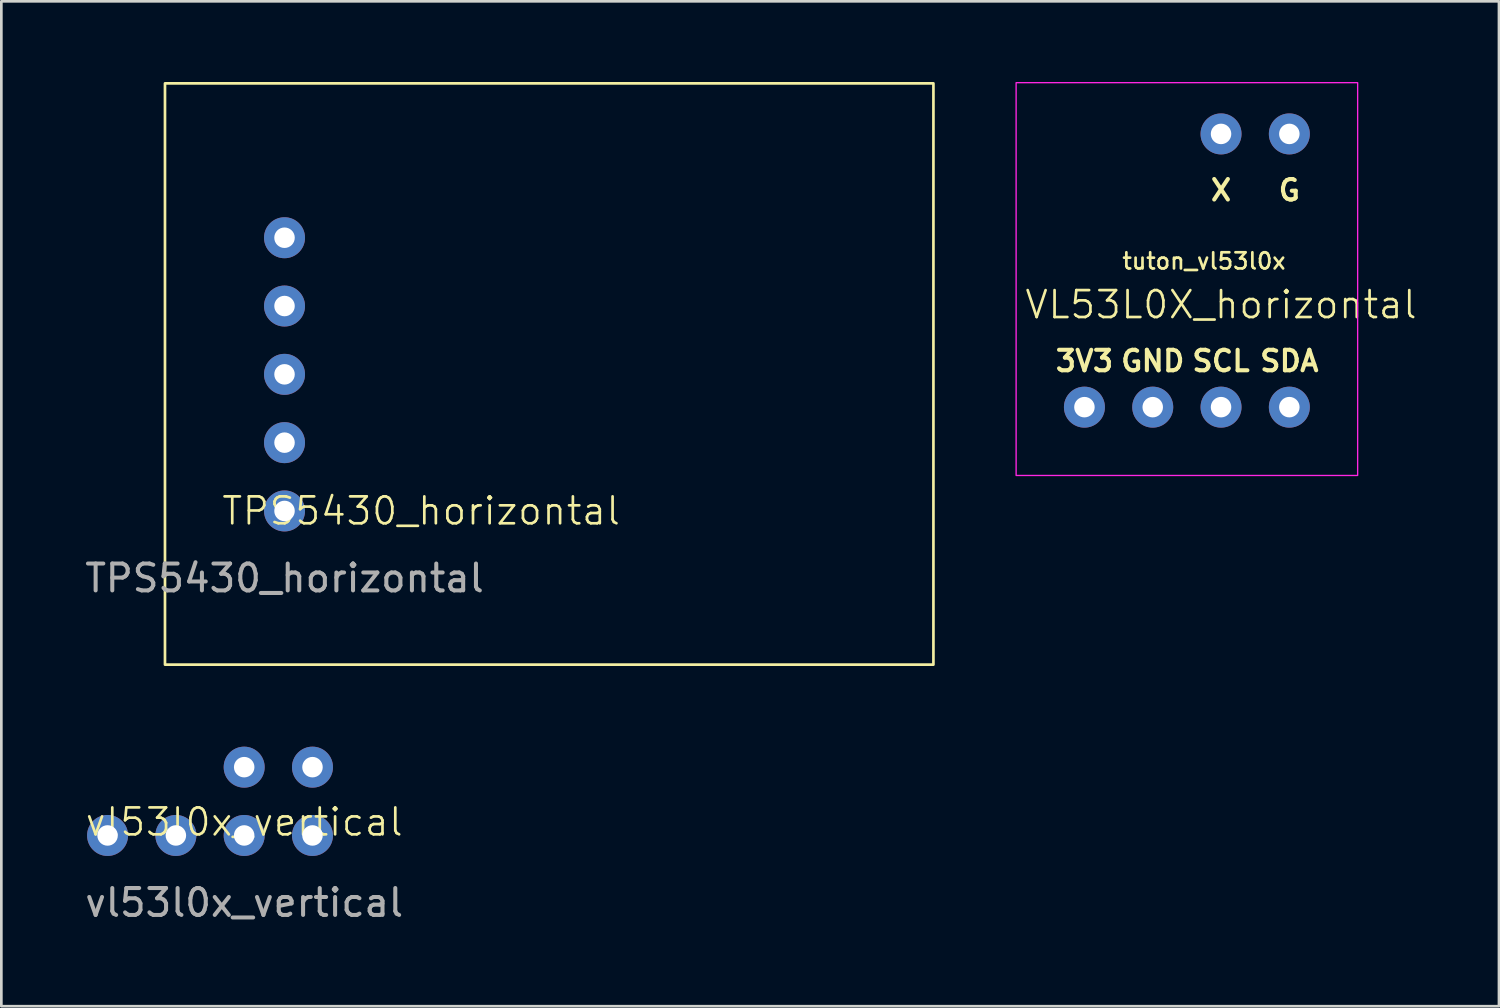
<source format=kicad_pcb>
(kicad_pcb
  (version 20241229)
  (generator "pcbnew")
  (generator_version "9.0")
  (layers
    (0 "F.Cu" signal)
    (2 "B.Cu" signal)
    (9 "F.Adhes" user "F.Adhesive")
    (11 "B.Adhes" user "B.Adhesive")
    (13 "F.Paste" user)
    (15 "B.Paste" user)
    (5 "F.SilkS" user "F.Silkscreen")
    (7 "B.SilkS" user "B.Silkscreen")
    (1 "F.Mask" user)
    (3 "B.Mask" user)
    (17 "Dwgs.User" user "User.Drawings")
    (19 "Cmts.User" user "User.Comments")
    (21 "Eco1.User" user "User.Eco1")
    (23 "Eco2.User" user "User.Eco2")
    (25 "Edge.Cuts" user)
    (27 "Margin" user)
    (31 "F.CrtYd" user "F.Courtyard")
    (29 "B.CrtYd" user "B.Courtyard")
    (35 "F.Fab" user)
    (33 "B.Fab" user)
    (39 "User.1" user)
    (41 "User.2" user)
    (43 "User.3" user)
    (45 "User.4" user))
  (footprint "TPS5430_horizontal"
    (layer "F.Cu")
    (at 7.53 15.95)
    (property "Reference" "TPS5430_horizontal" (at 5.08 0 0) (unlocked yes) (layer "F.SilkS") (effects (font (size 1 1) (thickness 0.1))))
    (attr through_hole)
    (fp_rect (start -4.445 -15.9) (end 24.13 5.715) (stroke (width 0.1) (type default)) (fill no) (layer "F.SilkS"))
    (fp_text user "${REFERENCE}" (at 0 2.5 0) (unlocked yes) (layer "F.Fab") (effects (font (size 1 1) (thickness 0.15))))
    (pad "1" thru_hole circle (at 0 0) (size 1.524 1.524) (drill 0.762) (layers "*.Cu" "*.Mask"))
    (pad "2" thru_hole circle (at 0 -2.54) (size 1.524 1.524) (drill 0.762) (layers "*.Cu" "*.Mask"))
    (pad "3" thru_hole circle (at 0 -5.08) (size 1.524 1.524) (drill 0.762) (layers "*.Cu" "*.Mask"))
    (pad "4" thru_hole circle (at 0 -7.62) (size 1.524 1.524) (drill 0.762) (layers "*.Cu" "*.Mask"))
    (pad "5" thru_hole circle (at 0 -10.16) (size 1.524 1.524) (drill 0.762) (layers "*.Cu" "*.Mask")))
  (footprint "VL53L0X_horizontal"
    (layer "F.Cu")
    (at 37.275 12.09)
    (property "Reference" "VL53L0X_horizontal" (at 5.08 -3.81 0) (unlocked yes) (layer "F.SilkS") (effects (font (size 1 1) (thickness 0.1))))
    (attr through_hole)
    (fp_rect (start -2.54 -12.065) (end 10.16 2.54) (stroke (width 0.05) (type default)) (fill no) (layer "F.CrtYd"))
    (fp_text user "tuton_vl53l0x" (at 4.445 -5.08 0) (unlocked yes) (layer "F.SilkS") (effects (font (size 0.6 0.6) (thickness 0.1) (bold yes)) (justify bottom)))
    (fp_text user "GND\n" (at 2.54 -1.27 0) (unlocked yes) (layer "F.SilkS") (effects (font (size 0.762 0.762) (thickness 0.152) (bold yes)) (justify bottom)))
    (fp_text user "G" (at 7.62 -7.62 0) (unlocked yes) (layer "F.SilkS") (effects (font (size 0.762 0.762) (thickness 0.152) (bold yes)) (justify bottom)))
    (fp_text user "X" (at 5.08 -7.62 0) (unlocked yes) (layer "F.SilkS") (effects (font (size 0.762 0.762) (thickness 0.152) (bold yes)) (justify bottom)))
    (fp_text user "3V3" (at 0 -1.27 0) (unlocked yes) (layer "F.SilkS") (effects (font (size 0.762 0.762) (thickness 0.152) (bold yes)) (justify bottom)))
    (fp_text user "SDA" (at 7.62 -1.27 0) (unlocked yes) (layer "F.SilkS") (effects (font (size 0.762 0.762) (thickness 0.152) (bold yes)) (justify bottom)))
    (fp_text user "SCL\n" (at 5.08 -1.27 0) (unlocked yes) (layer "F.SilkS") (effects (font (size 0.762 0.762) (thickness 0.152) (bold yes)) (justify bottom)))
    (pad "1" thru_hole circle (at 0 0) (size 1.524 1.524) (drill 0.762) (layers "*.Cu" "*.Mask"))
    (pad "2" thru_hole circle (at 2.54 0) (size 1.524 1.524) (drill 0.762) (layers "*.Cu" "*.Mask"))
    (pad "3" thru_hole circle (at 5.08 0) (size 1.524 1.524) (drill 0.762) (layers "*.Cu" "*.Mask"))
    (pad "4" thru_hole circle (at 7.62 0) (size 1.524 1.524) (drill 0.762) (layers "*.Cu" "*.Mask"))
    (pad "5" thru_hole circle (at 5.08 -10.16) (size 1.524 1.524) (drill 0.762) (layers "*.Cu" "*.Mask"))
    (pad "6" thru_hole circle (at 7.62 -10.16) (size 1.524 1.524) (drill 0.762) (layers "*.Cu" "*.Mask")))
  (footprint "vl53l0x_vertical"
    (layer "F.Cu")
    (at 6.03 28.017)
    (property "Reference" "vl53l0x_vertical" (at 0 -0.5 0) (unlocked yes) (layer "F.SilkS") (effects (font (size 1 1) (thickness 0.1))))
    (attr through_hole)
    (fp_text user "${REFERENCE}" (at 0 2.5 0) (unlocked yes) (layer "F.Fab") (effects (font (size 1 1) (thickness 0.15))))
    (pad "1" thru_hole circle (at -5.08 0) (size 1.524 1.524) (drill 0.762) (layers "*.Cu" "*.Mask"))
    (pad "2" thru_hole circle (at -2.54 0) (size 1.524 1.524) (drill 0.762) (layers "*.Cu" "*.Mask"))
    (pad "3" thru_hole circle (at 0 0) (size 1.524 1.524) (drill 0.762) (layers "*.Cu" "*.Mask"))
    (pad "4" thru_hole circle (at 2.54 0) (size 1.524 1.524) (drill 0.762) (layers "*.Cu" "*.Mask"))
    (pad "5" thru_hole circle (at 0 -2.54) (size 1.524 1.524) (drill 0.762) (layers "*.Cu" "*.Mask"))
    (pad "6" thru_hole circle (at 2.54 -2.54) (size 1.524 1.524) (drill 0.762) (layers "*.Cu" "*.Mask")))
  (gr_rect
    (start -3 -3)
    (end 52.69 34.366)
    (stroke (width 0.1) (type default))
    (fill no)
    (layer "Edge.Cuts")))
</source>
